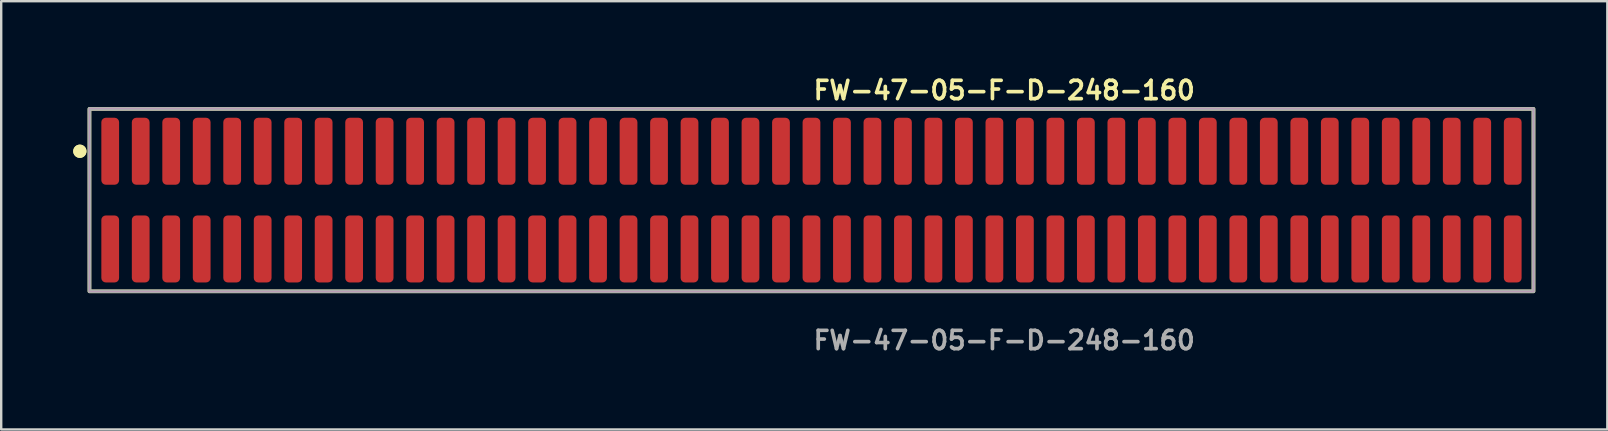
<source format=kicad_pcb>
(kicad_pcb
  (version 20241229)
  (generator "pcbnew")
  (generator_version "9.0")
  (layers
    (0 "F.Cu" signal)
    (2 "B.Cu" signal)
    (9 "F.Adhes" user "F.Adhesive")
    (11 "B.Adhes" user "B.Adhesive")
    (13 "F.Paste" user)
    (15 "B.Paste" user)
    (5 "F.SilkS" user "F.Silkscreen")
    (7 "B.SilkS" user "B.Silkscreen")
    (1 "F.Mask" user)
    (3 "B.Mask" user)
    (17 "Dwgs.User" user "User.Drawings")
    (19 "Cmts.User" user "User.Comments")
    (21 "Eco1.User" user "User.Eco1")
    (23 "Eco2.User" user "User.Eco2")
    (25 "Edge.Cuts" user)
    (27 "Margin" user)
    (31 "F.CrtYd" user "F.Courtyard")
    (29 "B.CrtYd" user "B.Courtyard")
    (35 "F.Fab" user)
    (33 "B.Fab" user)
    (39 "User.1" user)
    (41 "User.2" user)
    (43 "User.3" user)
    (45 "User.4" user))
  (footprint "FW-47-05-F-D-248-160"
    (layer "F.Cu")
    (at 30.751 5.285)
    (property "Reference" "FW-47-05-F-D-248-160" (at 0 -4.572 0) (unlocked yes) (layer "F.SilkS") (effects (font (size 0.762 0.762) (thickness 0.152)) (justify left)))
    (fp_rect (start -30.075 3.8) (end 30.075 -3.8) (stroke (width 0.152) (type solid)) (fill no) (layer "F.SilkS"))
    (fp_circle (center -30.475 -2.035) (end -30.675 -2.035) (stroke (width 0.152) (type solid)) (fill yes) (layer "F.SilkS"))
    (fp_circle (center -30.475 -2.035) (end -30.675 -2.035) (stroke (width 0.152) (type solid)) (fill yes) (layer "F.SilkS"))
    (fp_rect (start -30.075 3.8) (end 30.075 -3.8) (stroke (width 0.006) (type solid)) (fill no) (layer "F.CrtYd"))
    (fp_rect (start -30.075 3.8) (end 30.075 -3.8) (stroke (width 0.152) (type solid)) (fill no) (layer "F.Fab"))
    (fp_text user "${REFERENCE}" (at 0 5.842 0) (unlocked yes) (layer "F.Fab") (effects (font (size 0.762 0.762) (thickness 0.152)) (justify left)))
    (pad "1" smd roundrect (at -29.21 -2.035) (size 0.74 2.79) (layers "F.Cu" "F.Paste") (roundrect_rratio 0.25))
    (pad "2" smd roundrect (at -29.21 2.035) (size 0.74 2.79) (layers "F.Cu" "F.Paste") (roundrect_rratio 0.25))
    (pad "3" smd roundrect (at -27.94 -2.035) (size 0.74 2.79) (layers "F.Cu" "F.Paste") (roundrect_rratio 0.25))
    (pad "4" smd roundrect (at -27.94 2.035) (size 0.74 2.79) (layers "F.Cu" "F.Paste") (roundrect_rratio 0.25))
    (pad "5" smd roundrect (at -26.67 -2.035) (size 0.74 2.79) (layers "F.Cu" "F.Paste") (roundrect_rratio 0.25))
    (pad "6" smd roundrect (at -26.67 2.035) (size 0.74 2.79) (layers "F.Cu" "F.Paste") (roundrect_rratio 0.25))
    (pad "7" smd roundrect (at -25.4 -2.035) (size 0.74 2.79) (layers "F.Cu" "F.Paste") (roundrect_rratio 0.25))
    (pad "8" smd roundrect (at -25.4 2.035) (size 0.74 2.79) (layers "F.Cu" "F.Paste") (roundrect_rratio 0.25))
    (pad "9" smd roundrect (at -24.13 -2.035) (size 0.74 2.79) (layers "F.Cu" "F.Paste") (roundrect_rratio 0.25))
    (pad "10" smd roundrect (at -24.13 2.035) (size 0.74 2.79) (layers "F.Cu" "F.Paste") (roundrect_rratio 0.25))
    (pad "11" smd roundrect (at -22.86 -2.035) (size 0.74 2.79) (layers "F.Cu" "F.Paste") (roundrect_rratio 0.25))
    (pad "12" smd roundrect (at -22.86 2.035) (size 0.74 2.79) (layers "F.Cu" "F.Paste") (roundrect_rratio 0.25))
    (pad "13" smd roundrect (at -21.59 -2.035) (size 0.74 2.79) (layers "F.Cu" "F.Paste") (roundrect_rratio 0.25))
    (pad "14" smd roundrect (at -21.59 2.035) (size 0.74 2.79) (layers "F.Cu" "F.Paste") (roundrect_rratio 0.25))
    (pad "15" smd roundrect (at -20.32 -2.035) (size 0.74 2.79) (layers "F.Cu" "F.Paste") (roundrect_rratio 0.25))
    (pad "16" smd roundrect (at -20.32 2.035) (size 0.74 2.79) (layers "F.Cu" "F.Paste") (roundrect_rratio 0.25))
    (pad "17" smd roundrect (at -19.05 -2.035) (size 0.74 2.79) (layers "F.Cu" "F.Paste") (roundrect_rratio 0.25))
    (pad "18" smd roundrect (at -19.05 2.035) (size 0.74 2.79) (layers "F.Cu" "F.Paste") (roundrect_rratio 0.25))
    (pad "19" smd roundrect (at -17.78 -2.035) (size 0.74 2.79) (layers "F.Cu" "F.Paste") (roundrect_rratio 0.25))
    (pad "20" smd roundrect (at -17.78 2.035) (size 0.74 2.79) (layers "F.Cu" "F.Paste") (roundrect_rratio 0.25))
    (pad "21" smd roundrect (at -16.51 -2.035) (size 0.74 2.79) (layers "F.Cu" "F.Paste") (roundrect_rratio 0.25))
    (pad "22" smd roundrect (at -16.51 2.035) (size 0.74 2.79) (layers "F.Cu" "F.Paste") (roundrect_rratio 0.25))
    (pad "23" smd roundrect (at -15.24 -2.035) (size 0.74 2.79) (layers "F.Cu" "F.Paste") (roundrect_rratio 0.25))
    (pad "24" smd roundrect (at -15.24 2.035) (size 0.74 2.79) (layers "F.Cu" "F.Paste") (roundrect_rratio 0.25))
    (pad "25" smd roundrect (at -13.97 -2.035) (size 0.74 2.79) (layers "F.Cu" "F.Paste") (roundrect_rratio 0.25))
    (pad "26" smd roundrect (at -13.97 2.035) (size 0.74 2.79) (layers "F.Cu" "F.Paste") (roundrect_rratio 0.25))
    (pad "27" smd roundrect (at -12.7 -2.035) (size 0.74 2.79) (layers "F.Cu" "F.Paste") (roundrect_rratio 0.25))
    (pad "28" smd roundrect (at -12.7 2.035) (size 0.74 2.79) (layers "F.Cu" "F.Paste") (roundrect_rratio 0.25))
    (pad "29" smd roundrect (at -11.43 -2.035) (size 0.74 2.79) (layers "F.Cu" "F.Paste") (roundrect_rratio 0.25))
    (pad "30" smd roundrect (at -11.43 2.035) (size 0.74 2.79) (layers "F.Cu" "F.Paste") (roundrect_rratio 0.25))
    (pad "31" smd roundrect (at -10.16 -2.035) (size 0.74 2.79) (layers "F.Cu" "F.Paste") (roundrect_rratio 0.25))
    (pad "32" smd roundrect (at -10.16 2.035) (size 0.74 2.79) (layers "F.Cu" "F.Paste") (roundrect_rratio 0.25))
    (pad "33" smd roundrect (at -8.89 -2.035) (size 0.74 2.79) (layers "F.Cu" "F.Paste") (roundrect_rratio 0.25))
    (pad "34" smd roundrect (at -8.89 2.035) (size 0.74 2.79) (layers "F.Cu" "F.Paste") (roundrect_rratio 0.25))
    (pad "35" smd roundrect (at -7.62 -2.035) (size 0.74 2.79) (layers "F.Cu" "F.Paste") (roundrect_rratio 0.25))
    (pad "36" smd roundrect (at -7.62 2.035) (size 0.74 2.79) (layers "F.Cu" "F.Paste") (roundrect_rratio 0.25))
    (pad "37" smd roundrect (at -6.35 -2.035) (size 0.74 2.79) (layers "F.Cu" "F.Paste") (roundrect_rratio 0.25))
    (pad "38" smd roundrect (at -6.35 2.035) (size 0.74 2.79) (layers "F.Cu" "F.Paste") (roundrect_rratio 0.25))
    (pad "39" smd roundrect (at -5.08 -2.035) (size 0.74 2.79) (layers "F.Cu" "F.Paste") (roundrect_rratio 0.25))
    (pad "40" smd roundrect (at -5.08 2.035) (size 0.74 2.79) (layers "F.Cu" "F.Paste") (roundrect_rratio 0.25))
    (pad "41" smd roundrect (at -3.81 -2.035) (size 0.74 2.79) (layers "F.Cu" "F.Paste") (roundrect_rratio 0.25))
    (pad "42" smd roundrect (at -3.81 2.035) (size 0.74 2.79) (layers "F.Cu" "F.Paste") (roundrect_rratio 0.25))
    (pad "43" smd roundrect (at -2.54 -2.035) (size 0.74 2.79) (layers "F.Cu" "F.Paste") (roundrect_rratio 0.25))
    (pad "44" smd roundrect (at -2.54 2.035) (size 0.74 2.79) (layers "F.Cu" "F.Paste") (roundrect_rratio 0.25))
    (pad "45" smd roundrect (at -1.27 -2.035) (size 0.74 2.79) (layers "F.Cu" "F.Paste") (roundrect_rratio 0.25))
    (pad "46" smd roundrect (at -1.27 2.035) (size 0.74 2.79) (layers "F.Cu" "F.Paste") (roundrect_rratio 0.25))
    (pad "47" smd roundrect (at 0 -2.035) (size 0.74 2.79) (layers "F.Cu" "F.Paste") (roundrect_rratio 0.25))
    (pad "48" smd roundrect (at 0 2.035) (size 0.74 2.79) (layers "F.Cu" "F.Paste") (roundrect_rratio 0.25))
    (pad "49" smd roundrect (at 1.27 -2.035) (size 0.74 2.79) (layers "F.Cu" "F.Paste") (roundrect_rratio 0.25))
    (pad "50" smd roundrect (at 1.27 2.035) (size 0.74 2.79) (layers "F.Cu" "F.Paste") (roundrect_rratio 0.25))
    (pad "51" smd roundrect (at 2.54 -2.035) (size 0.74 2.79) (layers "F.Cu" "F.Paste") (roundrect_rratio 0.25))
    (pad "52" smd roundrect (at 2.54 2.035) (size 0.74 2.79) (layers "F.Cu" "F.Paste") (roundrect_rratio 0.25))
    (pad "53" smd roundrect (at 3.81 -2.035) (size 0.74 2.79) (layers "F.Cu" "F.Paste") (roundrect_rratio 0.25))
    (pad "54" smd roundrect (at 3.81 2.035) (size 0.74 2.79) (layers "F.Cu" "F.Paste") (roundrect_rratio 0.25))
    (pad "55" smd roundrect (at 5.08 -2.035) (size 0.74 2.79) (layers "F.Cu" "F.Paste") (roundrect_rratio 0.25))
    (pad "56" smd roundrect (at 5.08 2.035) (size 0.74 2.79) (layers "F.Cu" "F.Paste") (roundrect_rratio 0.25))
    (pad "57" smd roundrect (at 6.35 -2.035) (size 0.74 2.79) (layers "F.Cu" "F.Paste") (roundrect_rratio 0.25))
    (pad "58" smd roundrect (at 6.35 2.035) (size 0.74 2.79) (layers "F.Cu" "F.Paste") (roundrect_rratio 0.25))
    (pad "59" smd roundrect (at 7.62 -2.035) (size 0.74 2.79) (layers "F.Cu" "F.Paste") (roundrect_rratio 0.25))
    (pad "60" smd roundrect (at 7.62 2.035) (size 0.74 2.79) (layers "F.Cu" "F.Paste") (roundrect_rratio 0.25))
    (pad "61" smd roundrect (at 8.89 -2.035) (size 0.74 2.79) (layers "F.Cu" "F.Paste") (roundrect_rratio 0.25))
    (pad "62" smd roundrect (at 8.89 2.035) (size 0.74 2.79) (layers "F.Cu" "F.Paste") (roundrect_rratio 0.25))
    (pad "63" smd roundrect (at 10.16 -2.035) (size 0.74 2.79) (layers "F.Cu" "F.Paste") (roundrect_rratio 0.25))
    (pad "64" smd roundrect (at 10.16 2.035) (size 0.74 2.79) (layers "F.Cu" "F.Paste") (roundrect_rratio 0.25))
    (pad "65" smd roundrect (at 11.43 -2.035) (size 0.74 2.79) (layers "F.Cu" "F.Paste") (roundrect_rratio 0.25))
    (pad "66" smd roundrect (at 11.43 2.035) (size 0.74 2.79) (layers "F.Cu" "F.Paste") (roundrect_rratio 0.25))
    (pad "67" smd roundrect (at 12.7 -2.035) (size 0.74 2.79) (layers "F.Cu" "F.Paste") (roundrect_rratio 0.25))
    (pad "68" smd roundrect (at 12.7 2.035) (size 0.74 2.79) (layers "F.Cu" "F.Paste") (roundrect_rratio 0.25))
    (pad "69" smd roundrect (at 13.97 -2.035) (size 0.74 2.79) (layers "F.Cu" "F.Paste") (roundrect_rratio 0.25))
    (pad "70" smd roundrect (at 13.97 2.035) (size 0.74 2.79) (layers "F.Cu" "F.Paste") (roundrect_rratio 0.25))
    (pad "71" smd roundrect (at 15.24 -2.035) (size 0.74 2.79) (layers "F.Cu" "F.Paste") (roundrect_rratio 0.25))
    (pad "72" smd roundrect (at 15.24 2.035) (size 0.74 2.79) (layers "F.Cu" "F.Paste") (roundrect_rratio 0.25))
    (pad "73" smd roundrect (at 16.51 -2.035) (size 0.74 2.79) (layers "F.Cu" "F.Paste") (roundrect_rratio 0.25))
    (pad "74" smd roundrect (at 16.51 2.035) (size 0.74 2.79) (layers "F.Cu" "F.Paste") (roundrect_rratio 0.25))
    (pad "75" smd roundrect (at 17.78 -2.035) (size 0.74 2.79) (layers "F.Cu" "F.Paste") (roundrect_rratio 0.25))
    (pad "76" smd roundrect (at 17.78 2.035) (size 0.74 2.79) (layers "F.Cu" "F.Paste") (roundrect_rratio 0.25))
    (pad "77" smd roundrect (at 19.05 -2.035) (size 0.74 2.79) (layers "F.Cu" "F.Paste") (roundrect_rratio 0.25))
    (pad "78" smd roundrect (at 19.05 2.035) (size 0.74 2.79) (layers "F.Cu" "F.Paste") (roundrect_rratio 0.25))
    (pad "79" smd roundrect (at 20.32 -2.035) (size 0.74 2.79) (layers "F.Cu" "F.Paste") (roundrect_rratio 0.25))
    (pad "80" smd roundrect (at 20.32 2.035) (size 0.74 2.79) (layers "F.Cu" "F.Paste") (roundrect_rratio 0.25))
    (pad "81" smd roundrect (at 21.59 -2.035) (size 0.74 2.79) (layers "F.Cu" "F.Paste") (roundrect_rratio 0.25))
    (pad "82" smd roundrect (at 21.59 2.035) (size 0.74 2.79) (layers "F.Cu" "F.Paste") (roundrect_rratio 0.25))
    (pad "83" smd roundrect (at 22.86 -2.035) (size 0.74 2.79) (layers "F.Cu" "F.Paste") (roundrect_rratio 0.25))
    (pad "84" smd roundrect (at 22.86 2.035) (size 0.74 2.79) (layers "F.Cu" "F.Paste") (roundrect_rratio 0.25))
    (pad "85" smd roundrect (at 24.13 -2.035) (size 0.74 2.79) (layers "F.Cu" "F.Paste") (roundrect_rratio 0.25))
    (pad "86" smd roundrect (at 24.13 2.035) (size 0.74 2.79) (layers "F.Cu" "F.Paste") (roundrect_rratio 0.25))
    (pad "87" smd roundrect (at 25.4 -2.035) (size 0.74 2.79) (layers "F.Cu" "F.Paste") (roundrect_rratio 0.25))
    (pad "88" smd roundrect (at 25.4 2.035) (size 0.74 2.79) (layers "F.Cu" "F.Paste") (roundrect_rratio 0.25))
    (pad "89" smd roundrect (at 26.67 -2.035) (size 0.74 2.79) (layers "F.Cu" "F.Paste") (roundrect_rratio 0.25))
    (pad "90" smd roundrect (at 26.67 2.035) (size 0.74 2.79) (layers "F.Cu" "F.Paste") (roundrect_rratio 0.25))
    (pad "91" smd roundrect (at 27.94 -2.035) (size 0.74 2.79) (layers "F.Cu" "F.Paste") (roundrect_rratio 0.25))
    (pad "92" smd roundrect (at 27.94 2.035) (size 0.74 2.79) (layers "F.Cu" "F.Paste") (roundrect_rratio 0.25))
    (pad "93" smd roundrect (at 29.21 -2.035) (size 0.74 2.79) (layers "F.Cu" "F.Paste") (roundrect_rratio 0.25))
    (pad "94" smd roundrect (at 29.21 2.035) (size 0.74 2.79) (layers "F.Cu" "F.Paste") (roundrect_rratio 0.25)))
  (gr_rect
    (start -3 -3)
    (end 63.902 14.84)
    (stroke (width 0.1) (type default))
    (fill no)
    (layer "Edge.Cuts")))
</source>
